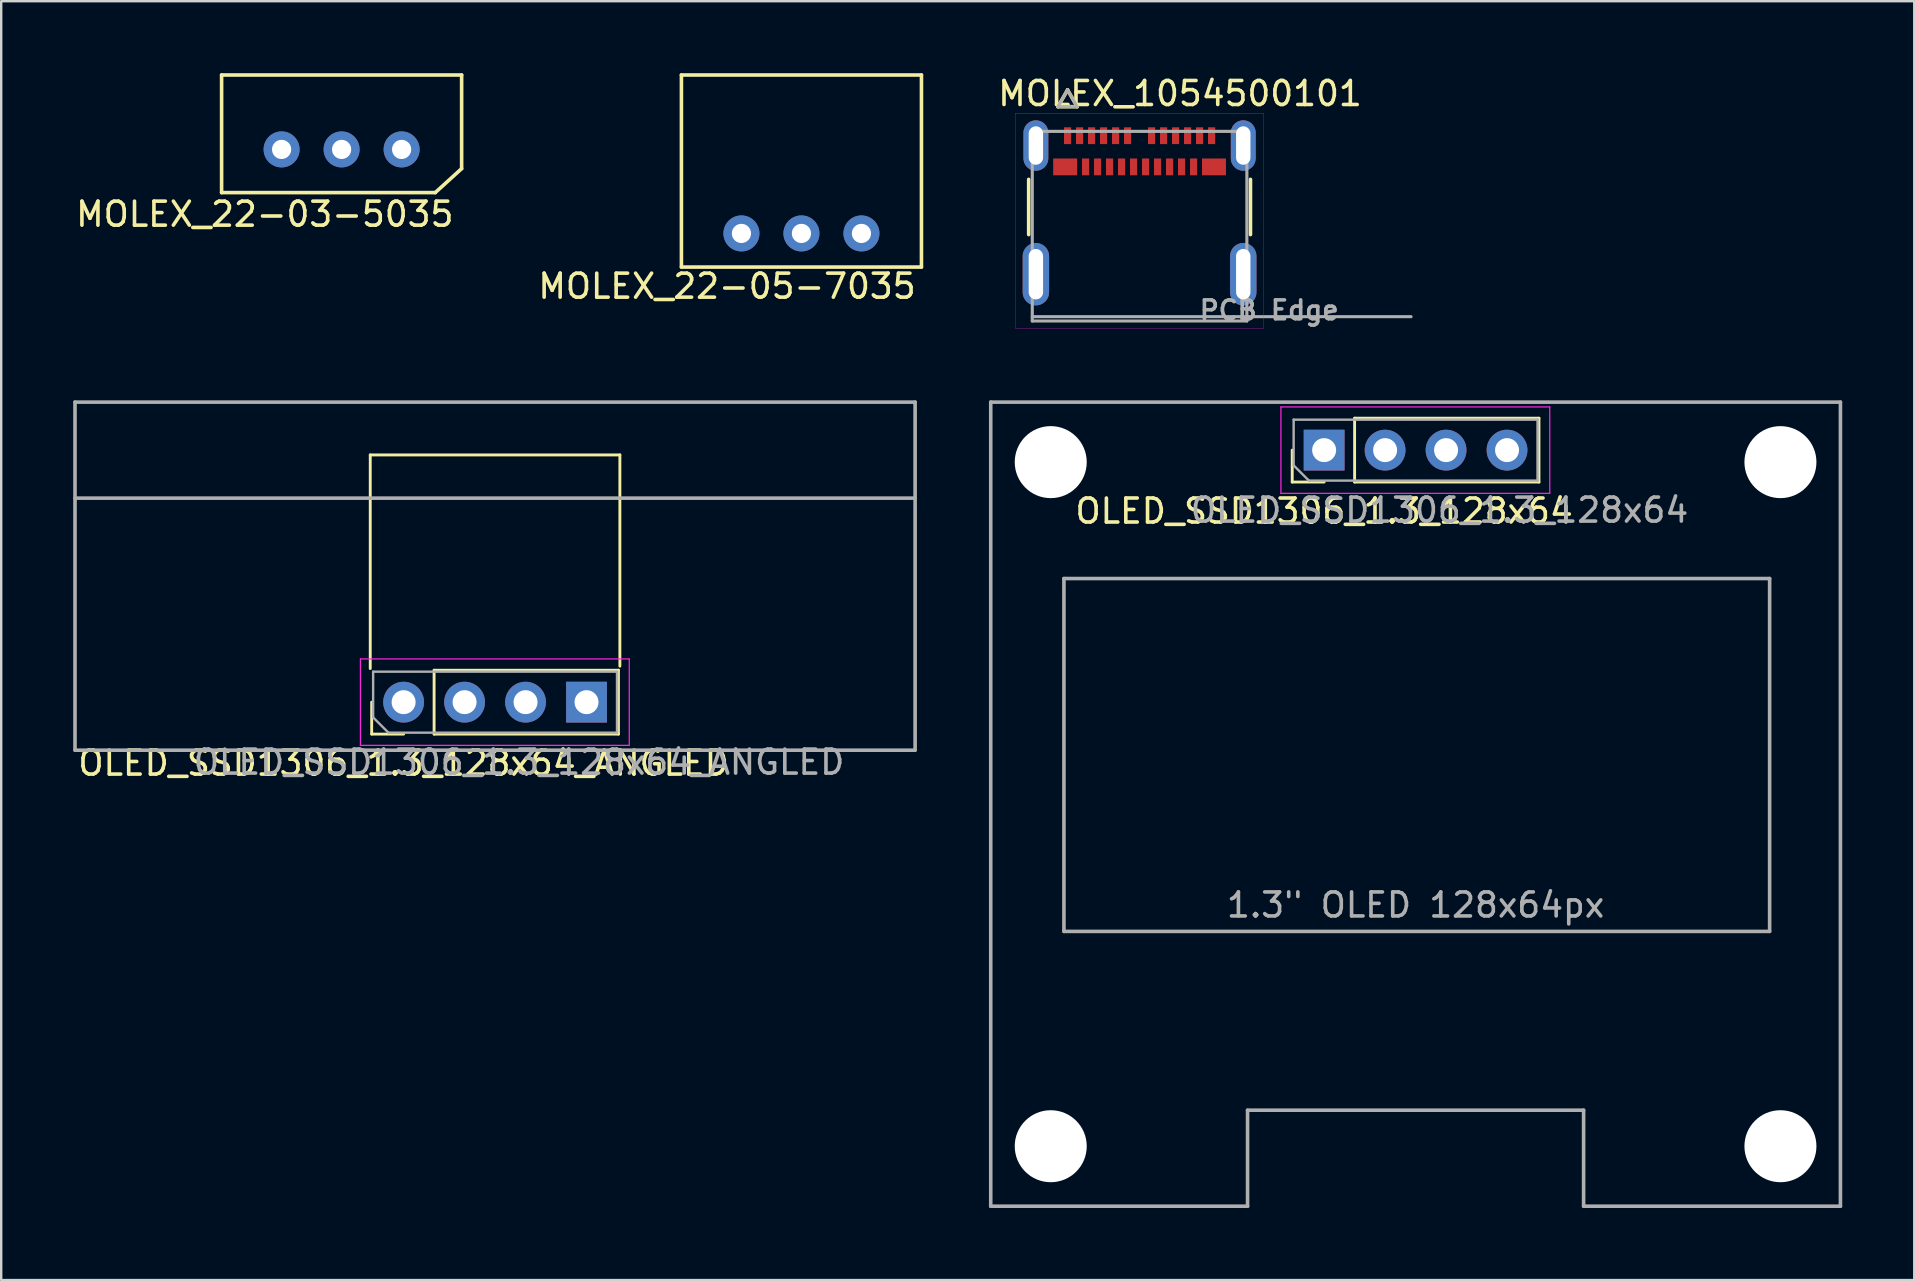
<source format=kicad_pcb>
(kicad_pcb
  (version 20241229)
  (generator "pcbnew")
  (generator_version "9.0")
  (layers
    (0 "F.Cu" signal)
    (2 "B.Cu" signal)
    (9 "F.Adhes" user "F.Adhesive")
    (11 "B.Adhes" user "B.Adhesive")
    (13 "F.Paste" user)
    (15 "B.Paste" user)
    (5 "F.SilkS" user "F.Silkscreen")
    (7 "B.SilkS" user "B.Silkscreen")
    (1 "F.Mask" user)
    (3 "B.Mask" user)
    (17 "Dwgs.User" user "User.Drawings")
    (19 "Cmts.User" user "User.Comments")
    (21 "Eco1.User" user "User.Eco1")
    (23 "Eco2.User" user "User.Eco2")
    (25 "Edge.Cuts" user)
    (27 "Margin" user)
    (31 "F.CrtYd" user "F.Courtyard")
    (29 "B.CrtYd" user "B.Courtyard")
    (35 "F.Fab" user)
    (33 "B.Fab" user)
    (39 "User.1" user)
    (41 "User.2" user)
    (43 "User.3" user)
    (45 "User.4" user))
  (footprint "MOLEX_22-03-5035"
    (layer "F.Cu")
    (at 11.182 3.175)
    (property "Reference" "MOLEX_22-03-5035" (at -3.2 2.7 0) (layer "F.SilkS") (effects (font (size 1 1) (thickness 0.15))))
    (attr through_hole)
    (fp_line (start -5 -3.1) (end 5 -3.1) (stroke (width 0.15) (type solid)) (layer "F.SilkS"))
    (fp_line (start -5 1.8) (end -5 -3.1) (stroke (width 0.15) (type solid)) (layer "F.SilkS"))
    (fp_line (start 3.9 1.8) (end -5 1.8) (stroke (width 0.15) (type solid)) (layer "F.SilkS"))
    (fp_line (start 3.9 1.8) (end 5 0.8) (stroke (width 0.15) (type solid)) (layer "F.SilkS"))
    (fp_line (start 5 -3.1) (end 5 0.8) (stroke (width 0.15) (type solid)) (layer "F.SilkS"))
    (pad "1" thru_hole circle (at -2.5 0) (size 1.5 1.5) (drill 0.8) (layers "*.Cu" "*.Mask"))
    (pad "2" thru_hole circle (at 0 0) (size 1.5 1.5) (drill 0.8) (layers "*.Cu" "*.Mask"))
    (pad "3" thru_hole circle (at 2.5 0) (size 1.5 1.5) (drill 0.8) (layers "*.Cu" "*.Mask")))
  (footprint "OLED_SSD1306_1.3_128x64_ANGLED"
    (layer "F.Cu")
    (at 17.575 26.203)
    (property "Reference" "OLED_SSD1306_1.3_128x64_ANGLED" (at -3.81 2.54 180) (layer "F.SilkS") (effects (font (size 1 1) (thickness 0.15))))
    (attr through_hole)
    (fp_line (start -5.2 -1.4) (end -5.2 -10.3) (stroke (width 0.12) (type solid)) (layer "F.SilkS"))
    (fp_line (start -5.14 1.33) (end -5.14 0) (stroke (width 0.12) (type solid)) (layer "F.SilkS"))
    (fp_line (start -3.81 1.33) (end -5.14 1.33) (stroke (width 0.12) (type solid)) (layer "F.SilkS"))
    (fp_line (start -2.54 -1.33) (end 5.14 -1.33) (stroke (width 0.12) (type solid)) (layer "F.SilkS"))
    (fp_line (start -2.54 1.33) (end -2.54 -1.33) (stroke (width 0.12) (type solid)) (layer "F.SilkS"))
    (fp_line (start -2.54 1.33) (end 5.14 1.33) (stroke (width 0.12) (type solid)) (layer "F.SilkS"))
    (fp_line (start 5.14 1.33) (end 5.14 -1.33) (stroke (width 0.12) (type solid)) (layer "F.SilkS"))
    (fp_line (start 5.2 -10.3) (end -5.2 -10.3) (stroke (width 0.12) (type solid)) (layer "F.SilkS"))
    (fp_line (start 5.2 -1.5) (end 5.2 -10.3) (stroke (width 0.12) (type solid)) (layer "F.SilkS"))
    (fp_line (start -5.61 -1.8) (end -5.61 1.8) (stroke (width 0.05) (type solid)) (layer "F.CrtYd"))
    (fp_line (start -5.61 1.8) (end 5.59 1.8) (stroke (width 0.05) (type solid)) (layer "F.CrtYd"))
    (fp_line (start 5.59 -1.8) (end -5.61 -1.8) (stroke (width 0.05) (type solid)) (layer "F.CrtYd"))
    (fp_line (start 5.59 1.8) (end 5.59 -1.8) (stroke (width 0.05) (type solid)) (layer "F.CrtYd"))
    (fp_line (start -17.5 -12.5) (end 17.5 -12.5) (stroke (width 0.15) (type solid)) (layer "F.Fab"))
    (fp_line (start -17.5 2) (end -17.5 -12.5) (stroke (width 0.15) (type solid)) (layer "F.Fab"))
    (fp_line (start -5.08 -1.27) (end 5.08 -1.27) (stroke (width 0.1) (type solid)) (layer "F.Fab"))
    (fp_line (start -5.08 0.635) (end -5.08 -1.27) (stroke (width 0.1) (type solid)) (layer "F.Fab"))
    (fp_line (start -4.445 1.27) (end -5.08 0.635) (stroke (width 0.1) (type solid)) (layer "F.Fab"))
    (fp_line (start 5.08 -1.27) (end 5.08 1.27) (stroke (width 0.1) (type solid)) (layer "F.Fab"))
    (fp_line (start 5.08 1.27) (end -4.445 1.27) (stroke (width 0.1) (type solid)) (layer "F.Fab"))
    (fp_line (start 17.5 -12.5) (end 17.5 2) (stroke (width 0.15) (type solid)) (layer "F.Fab"))
    (fp_line (start 17.5 -8.5) (end -17.5 -8.5) (stroke (width 0.15) (type solid)) (layer "F.Fab"))
    (fp_line (start 17.5 2) (end -17.5 2) (stroke (width 0.15) (type solid)) (layer "F.Fab"))
    (fp_text user "${REFERENCE}" (at 1 2.5 180) (layer "F.Fab") (effects (font (size 1 1) (thickness 0.15))))
    (pad "1" thru_hole rect (at 3.81 0 90) (size 1.7 1.7) (drill 1) (layers "*.Cu" "*.Mask"))
    (pad "2" thru_hole oval (at 1.27 0 90) (size 1.7 1.7) (drill 1) (layers "*.Cu" "*.Mask"))
    (pad "3" thru_hole oval (at -1.27 0 90) (size 1.7 1.7) (drill 1) (layers "*.Cu" "*.Mask"))
    (pad "4" thru_hole oval (at -3.81 0 90) (size 1.7 1.7) (drill 1) (layers "*.Cu" "*.Mask")))
  (footprint "MOLEX_1054500101"
    (layer "F.Cu")
    (at 44.426 10.143)
    (property "Reference" "MOLEX_1054500101" (at 1.685 -9.295 0) (layer "F.SilkS") (effects (font (size 1 1) (thickness 0.15))))
    (attr smd)
    (fp_poly (pts (xy -3.663 -6.654) (xy -2.538 -6.654) (xy -2.538 -5.827) (xy -3.663 -5.827)) (stroke (width 0.01) (type solid)) (fill yes) (layer "F.Mask"))
    (fp_poly (pts (xy -3.212 -7.954) (xy -2.788 -7.954) (xy -2.788 -7.127) (xy -3.212 -7.127)) (stroke (width 0.01) (type solid)) (fill yes) (layer "F.Mask"))
    (fp_poly (pts (xy -2.712 -7.954) (xy -2.288 -7.954) (xy -2.288 -7.127) (xy -2.712 -7.127)) (stroke (width 0.01) (type solid)) (fill yes) (layer "F.Mask"))
    (fp_poly (pts (xy -2.462 -6.654) (xy -2.038 -6.654) (xy -2.038 -5.827) (xy -2.462 -5.827)) (stroke (width 0.01) (type solid)) (fill yes) (layer "F.Mask"))
    (fp_poly (pts (xy -2.212 -7.954) (xy -1.788 -7.954) (xy -1.788 -7.127) (xy -2.212 -7.127)) (stroke (width 0.01) (type solid)) (fill yes) (layer "F.Mask"))
    (fp_poly (pts (xy -1.962 -6.654) (xy -1.538 -6.654) (xy -1.538 -5.827) (xy -1.962 -5.827)) (stroke (width 0.01) (type solid)) (fill yes) (layer "F.Mask"))
    (fp_poly (pts (xy -1.712 -7.954) (xy -1.288 -7.954) (xy -1.288 -7.127) (xy -1.712 -7.127)) (stroke (width 0.01) (type solid)) (fill yes) (layer "F.Mask"))
    (fp_poly (pts (xy -1.462 -6.654) (xy -1.038 -6.654) (xy -1.038 -5.827) (xy -1.462 -5.827)) (stroke (width 0.01) (type solid)) (fill yes) (layer "F.Mask"))
    (fp_poly (pts (xy -1.212 -7.954) (xy -0.787 -7.954) (xy -0.787 -7.127) (xy -1.212 -7.127)) (stroke (width 0.01) (type solid)) (fill yes) (layer "F.Mask"))
    (fp_poly (pts (xy -0.963 -6.654) (xy -0.537 -6.654) (xy -0.537 -5.827) (xy -0.963 -5.827)) (stroke (width 0.01) (type solid)) (fill yes) (layer "F.Mask"))
    (fp_poly (pts (xy -0.713 -7.954) (xy -0.287 -7.954) (xy -0.287 -7.127) (xy -0.713 -7.127)) (stroke (width 0.01) (type solid)) (fill yes) (layer "F.Mask"))
    (fp_poly (pts (xy -0.463 -6.654) (xy -0.037 -6.654) (xy -0.037 -5.827) (xy -0.463 -5.827)) (stroke (width 0.01) (type solid)) (fill yes) (layer "F.Mask"))
    (fp_poly (pts (xy 0.037 -6.654) (xy 0.463 -6.654) (xy 0.463 -5.827) (xy 0.037 -5.827)) (stroke (width 0.01) (type solid)) (fill yes) (layer "F.Mask"))
    (fp_poly (pts (xy 0.287 -7.954) (xy 0.713 -7.954) (xy 0.713 -7.127) (xy 0.287 -7.127)) (stroke (width 0.01) (type solid)) (fill yes) (layer "F.Mask"))
    (fp_poly (pts (xy 0.537 -6.654) (xy 0.963 -6.654) (xy 0.963 -5.827) (xy 0.537 -5.827)) (stroke (width 0.01) (type solid)) (fill yes) (layer "F.Mask"))
    (fp_poly (pts (xy 0.787 -7.954) (xy 1.212 -7.954) (xy 1.212 -7.127) (xy 0.787 -7.127)) (stroke (width 0.01) (type solid)) (fill yes) (layer "F.Mask"))
    (fp_poly (pts (xy 1.038 -6.654) (xy 1.462 -6.654) (xy 1.462 -5.827) (xy 1.038 -5.827)) (stroke (width 0.01) (type solid)) (fill yes) (layer "F.Mask"))
    (fp_poly (pts (xy 1.288 -7.954) (xy 1.712 -7.954) (xy 1.712 -7.127) (xy 1.288 -7.127)) (stroke (width 0.01) (type solid)) (fill yes) (layer "F.Mask"))
    (fp_poly (pts (xy 1.538 -6.654) (xy 1.962 -6.654) (xy 1.962 -5.827) (xy 1.538 -5.827)) (stroke (width 0.01) (type solid)) (fill yes) (layer "F.Mask"))
    (fp_poly (pts (xy 1.788 -7.954) (xy 2.212 -7.954) (xy 2.212 -7.127) (xy 1.788 -7.127)) (stroke (width 0.01) (type solid)) (fill yes) (layer "F.Mask"))
    (fp_poly (pts (xy 2.038 -6.654) (xy 2.462 -6.654) (xy 2.462 -5.827) (xy 2.038 -5.827)) (stroke (width 0.01) (type solid)) (fill yes) (layer "F.Mask"))
    (fp_poly (pts (xy 2.288 -7.954) (xy 2.712 -7.954) (xy 2.712 -7.127) (xy 2.288 -7.127)) (stroke (width 0.01) (type solid)) (fill yes) (layer "F.Mask"))
    (fp_poly (pts (xy 2.538 -6.654) (xy 3.663 -6.654) (xy 3.663 -5.827) (xy 2.538 -5.827)) (stroke (width 0.01) (type solid)) (fill yes) (layer "F.Mask"))
    (fp_poly (pts (xy 2.788 -7.954) (xy 3.212 -7.954) (xy 3.212 -7.127) (xy 2.788 -7.127)) (stroke (width 0.01) (type solid)) (fill yes) (layer "F.Mask"))
    (fp_line (start -4.62 -3.42) (end -4.62 -5.72) (stroke (width 0.15) (type solid)) (layer "F.SilkS"))
    (fp_line (start -3.4 -8.748) (end -2.6 -8.748) (stroke (width 0.15) (type solid)) (layer "F.SilkS"))
    (fp_line (start -3 -9.448) (end -3.4 -8.748) (stroke (width 0.15) (type solid)) (layer "F.SilkS"))
    (fp_line (start -2.6 -8.748) (end -3 -9.448) (stroke (width 0.15) (type solid)) (layer "F.SilkS"))
    (fp_line (start 4.62 -3.42) (end 4.62 -5.72) (stroke (width 0.15) (type solid)) (layer "F.SilkS"))
    (fp_line (start -5.17 -8.48) (end 5.17 -8.48) (stroke (width 0.01) (type solid)) (layer "F.CrtYd"))
    (fp_line (start -5.17 0.48) (end -5.17 -8.48) (stroke (width 0.01) (type solid)) (layer "F.CrtYd"))
    (fp_line (start 5.17 -8.48) (end 5.17 0.48) (stroke (width 0.01) (type solid)) (layer "F.CrtYd"))
    (fp_line (start 5.17 0.48) (end -5.17 0.48) (stroke (width 0.01) (type solid)) (layer "F.CrtYd"))
    (fp_line (start -4.47 -7.72) (end -4.47 0.18) (stroke (width 0.13) (type solid)) (layer "F.Fab"))
    (fp_line (start -4.47 0) (end 4.47 0) (stroke (width 0.13) (type solid)) (layer "F.Fab"))
    (fp_line (start -4.47 0.18) (end 4.47 0.18) (stroke (width 0.13) (type solid)) (layer "F.Fab"))
    (fp_line (start -3.4 -8.748) (end -2.6 -8.748) (stroke (width 0.13) (type solid)) (layer "F.Fab"))
    (fp_line (start -3 -9.448) (end -3.4 -8.748) (stroke (width 0.13) (type solid)) (layer "F.Fab"))
    (fp_line (start -2.6 -8.748) (end -3 -9.448) (stroke (width 0.13) (type solid)) (layer "F.Fab"))
    (fp_line (start 4.47 -7.72) (end -4.47 -7.72) (stroke (width 0.13) (type solid)) (layer "F.Fab"))
    (fp_line (start 4.47 0) (end 4.47 -7.72) (stroke (width 0.13) (type solid)) (layer "F.Fab"))
    (fp_line (start 4.47 0) (end 11.31 0) (stroke (width 0.13) (type solid)) (layer "F.Fab"))
    (fp_line (start 4.47 0.18) (end 4.47 0) (stroke (width 0.13) (type solid)) (layer "F.Fab"))
    (fp_text user "PCB Edge" (at 5.4 -0.27 0) (layer "F.Fab") (effects (font (size 0.787 0.787) (thickness 0.15))))
    (pad "A1" smd rect (at -3 -7.54) (size 0.298 0.7) (layers "F.Cu" "F.Paste"))
    (pad "A2" smd rect (at -2.5 -7.54) (size 0.298 0.7) (layers "F.Cu" "F.Paste"))
    (pad "A3" smd rect (at -2 -7.54) (size 0.298 0.7) (layers "F.Cu" "F.Paste"))
    (pad "A4" smd rect (at -1.5 -7.54) (size 0.298 0.7) (layers "F.Cu" "F.Paste"))
    (pad "A5" smd rect (at -1 -7.54) (size 0.298 0.7) (layers "F.Cu" "F.Paste"))
    (pad "A6" smd rect (at -0.5 -7.54) (size 0.298 0.7) (layers "F.Cu" "F.Paste"))
    (pad "A7" smd rect (at 0.5 -7.54) (size 0.298 0.7) (layers "F.Cu" "F.Paste"))
    (pad "A8" smd rect (at 1 -7.54) (size 0.298 0.7) (layers "F.Cu" "F.Paste"))
    (pad "A9" smd rect (at 1.5 -7.54) (size 0.298 0.7) (layers "F.Cu" "F.Paste"))
    (pad "A10" smd rect (at 2 -7.54) (size 0.298 0.7) (layers "F.Cu" "F.Paste"))
    (pad "A11" smd rect (at 2.5 -7.54) (size 0.298 0.7) (layers "F.Cu" "F.Paste"))
    (pad "A12" smd rect (at 3 -7.54) (size 0.298 0.7) (layers "F.Cu" "F.Paste"))
    (pad "B1" smd rect (at 3.1 -6.24) (size 0.998 0.7) (layers "F.Cu" "F.Paste"))
    (pad "B2" smd rect (at 2.25 -6.24) (size 0.298 0.7) (layers "F.Cu" "F.Paste"))
    (pad "B3" smd rect (at 1.75 -6.24) (size 0.298 0.7) (layers "F.Cu" "F.Paste"))
    (pad "B4" smd rect (at 1.25 -6.24) (size 0.298 0.7) (layers "F.Cu" "F.Paste"))
    (pad "B5" smd rect (at 0.75 -6.24) (size 0.298 0.7) (layers "F.Cu" "F.Paste"))
    (pad "B6" smd rect (at 0.25 -6.24) (size 0.298 0.7) (layers "F.Cu" "F.Paste"))
    (pad "B7" smd rect (at -0.25 -6.24) (size 0.298 0.7) (layers "F.Cu" "F.Paste"))
    (pad "B8" smd rect (at -0.75 -6.24) (size 0.298 0.7) (layers "F.Cu" "F.Paste"))
    (pad "B9" smd rect (at -1.25 -6.24) (size 0.298 0.7) (layers "F.Cu" "F.Paste"))
    (pad "B10" smd rect (at -1.75 -6.24) (size 0.298 0.7) (layers "F.Cu" "F.Paste"))
    (pad "B11" smd rect (at -2.25 -6.24) (size 0.298 0.7) (layers "F.Cu" "F.Paste"))
    (pad "B12" smd rect (at -3.1 -6.24) (size 0.998 0.7) (layers "F.Cu" "F.Paste"))
    (pad "SH1" thru_hole oval (at -4.32 -7.13) (size 1.036 2.1) (drill oval 0.6 1.6) (layers "*.Cu" "*.Mask"))
    (pad "SH2" thru_hole oval (at 4.32 -7.13) (size 1.036 2.1) (drill oval 0.6 1.6) (layers "*.Cu" "*.Mask"))
    (pad "SH3" thru_hole oval (at -4.32 -1.77) (size 1.1 2.6) (drill oval 0.6 2.1) (layers "*.Cu" "*.Mask"))
    (pad "SH4" thru_hole oval (at 4.32 -1.77) (size 1.1 2.6) (drill oval 0.6 2.1) (layers "*.Cu" "*.Mask"))
    (zone (net_name "") (layer "F.Cu") (hatch full 0.508) (connect_pads) (min_thickness 0.01) (filled_areas_thickness no) (keepout (tracks not_allowed) (vias not_allowed) (pads not_allowed) (copperpour allowed) (footprints not_allowed)) (placement (enabled no)) (fill) (polygon (pts (xy 40.926 5.993) (xy 47.926 5.993) (xy 47.926 10.143) (xy 40.926 10.143)))))
  (footprint "OLED_SSD1306_1.3_128x64"
    (layer "F.Cu")
    (at 55.925 15.703)
    (property "Reference" "OLED_SSD1306_1.3_128x64" (at -3.81 2.54 180) (layer "F.SilkS") (effects (font (size 1 1) (thickness 0.15))))
    (attr through_hole)
    (fp_line (start -5.14 1.33) (end -5.14 0) (stroke (width 0.12) (type solid)) (layer "F.SilkS"))
    (fp_line (start -3.81 1.33) (end -5.14 1.33) (stroke (width 0.12) (type solid)) (layer "F.SilkS"))
    (fp_line (start -2.54 -1.33) (end 5.14 -1.33) (stroke (width 0.12) (type solid)) (layer "F.SilkS"))
    (fp_line (start -2.54 1.33) (end -2.54 -1.33) (stroke (width 0.12) (type solid)) (layer "F.SilkS"))
    (fp_line (start -2.54 1.33) (end 5.14 1.33) (stroke (width 0.12) (type solid)) (layer "F.SilkS"))
    (fp_line (start 5.14 1.33) (end 5.14 -1.33) (stroke (width 0.12) (type solid)) (layer "F.SilkS"))
    (fp_line (start -5.61 -1.8) (end -5.61 1.8) (stroke (width 0.05) (type solid)) (layer "F.CrtYd"))
    (fp_line (start -5.61 1.8) (end 5.59 1.8) (stroke (width 0.05) (type solid)) (layer "F.CrtYd"))
    (fp_line (start 5.59 -1.8) (end -5.61 -1.8) (stroke (width 0.05) (type solid)) (layer "F.CrtYd"))
    (fp_line (start 5.59 1.8) (end 5.59 -1.8) (stroke (width 0.05) (type solid)) (layer "F.CrtYd"))
    (fp_line (start -17.7 -2) (end 17.7 -2) (stroke (width 0.15) (type solid)) (layer "F.Fab"))
    (fp_line (start -17.7 31.5) (end -17.7 -2) (stroke (width 0.15) (type solid)) (layer "F.Fab"))
    (fp_line (start -14.65 5.35) (end 14.75 5.35) (stroke (width 0.15) (type solid)) (layer "F.Fab"))
    (fp_line (start -14.65 20.05) (end -14.65 5.35) (stroke (width 0.15) (type solid)) (layer "F.Fab"))
    (fp_line (start -7 27.5) (end -7 31.5) (stroke (width 0.15) (type solid)) (layer "F.Fab"))
    (fp_line (start -7 31.5) (end -17.7 31.5) (stroke (width 0.15) (type solid)) (layer "F.Fab"))
    (fp_line (start -5.08 -1.27) (end 5.08 -1.27) (stroke (width 0.1) (type solid)) (layer "F.Fab"))
    (fp_line (start -5.08 0.635) (end -5.08 -1.27) (stroke (width 0.1) (type solid)) (layer "F.Fab"))
    (fp_line (start -4.445 1.27) (end -5.08 0.635) (stroke (width 0.1) (type solid)) (layer "F.Fab"))
    (fp_line (start 5.08 -1.27) (end 5.08 1.27) (stroke (width 0.1) (type solid)) (layer "F.Fab"))
    (fp_line (start 5.08 1.27) (end -4.445 1.27) (stroke (width 0.1) (type solid)) (layer "F.Fab"))
    (fp_line (start 7 27.5) (end -7 27.5) (stroke (width 0.15) (type solid)) (layer "F.Fab"))
    (fp_line (start 7 31.5) (end 7 27.5) (stroke (width 0.15) (type solid)) (layer "F.Fab"))
    (fp_line (start 14.75 5.35) (end 14.75 20.05) (stroke (width 0.15) (type solid)) (layer "F.Fab"))
    (fp_line (start 14.75 20.05) (end -14.65 20.05) (stroke (width 0.15) (type solid)) (layer "F.Fab"))
    (fp_line (start 17.7 -2) (end 17.7 31.5) (stroke (width 0.15) (type solid)) (layer "F.Fab"))
    (fp_line (start 17.7 31.5) (end 7 31.5) (stroke (width 0.15) (type solid)) (layer "F.Fab"))
    (fp_text user "1.3\" OLED 128x64px" (at 0 18.95 0) (layer "F.Fab") (effects (font (size 1 1) (thickness 0.15))))
    (fp_text user "${REFERENCE}" (at 1 2.5 180) (layer "F.Fab") (effects (font (size 1 1) (thickness 0.15))))
    (pad "" np_thru_hole circle (at -15.2 0.5) (size 3 3) (drill 3) (layers "*.Cu" "*.Mask"))
    (pad "" np_thru_hole circle (at -15.2 29) (size 3 3) (drill 3) (layers "*.Cu" "*.Mask"))
    (pad "" np_thru_hole circle (at 15.2 0.5) (size 3 3) (drill 3) (layers "*.Cu" "*.Mask"))
    (pad "" np_thru_hole circle (at 15.2 29) (size 3 3) (drill 3) (layers "*.Cu" "*.Mask"))
    (pad "1" thru_hole rect (at -3.81 0 90) (size 1.7 1.7) (drill 1) (layers "*.Cu" "*.Mask"))
    (pad "2" thru_hole oval (at -1.27 0 90) (size 1.7 1.7) (drill 1) (layers "*.Cu" "*.Mask"))
    (pad "3" thru_hole oval (at 1.27 0 90) (size 1.7 1.7) (drill 1) (layers "*.Cu" "*.Mask"))
    (pad "4" thru_hole oval (at 3.81 0 90) (size 1.7 1.7) (drill 1) (layers "*.Cu" "*.Mask")))
  (footprint "MOLEX_22-05-7035"
    (layer "F.Cu")
    (at 30.339 6.675)
    (property "Reference" "MOLEX_22-05-7035" (at -3.1 2.2 0) (layer "F.SilkS") (effects (font (size 1 1) (thickness 0.15))))
    (attr through_hole)
    (fp_line (start -5 -6.6) (end 5 -6.6) (stroke (width 0.15) (type solid)) (layer "F.SilkS"))
    (fp_line (start -5 1.4) (end -5 -6.6) (stroke (width 0.15) (type solid)) (layer "F.SilkS"))
    (fp_line (start 5 -6.6) (end 5 1.4) (stroke (width 0.15) (type solid)) (layer "F.SilkS"))
    (fp_line (start 5 1.4) (end -5 1.4) (stroke (width 0.15) (type solid)) (layer "F.SilkS"))
    (pad "1" thru_hole circle (at -2.5 0) (size 1.5 1.5) (drill 0.8) (layers "*.Cu" "*.Mask"))
    (pad "2" thru_hole circle (at 0 0) (size 1.5 1.5) (drill 0.8) (layers "*.Cu" "*.Mask"))
    (pad "3" thru_hole circle (at 2.5 0) (size 1.5 1.5) (drill 0.8) (layers "*.Cu" "*.Mask")))
  (gr_rect
    (start -3 -3)
    (end 76.7 50.278)
    (stroke (width 0.1) (type default))
    (fill no)
    (layer "Edge.Cuts")))
</source>
